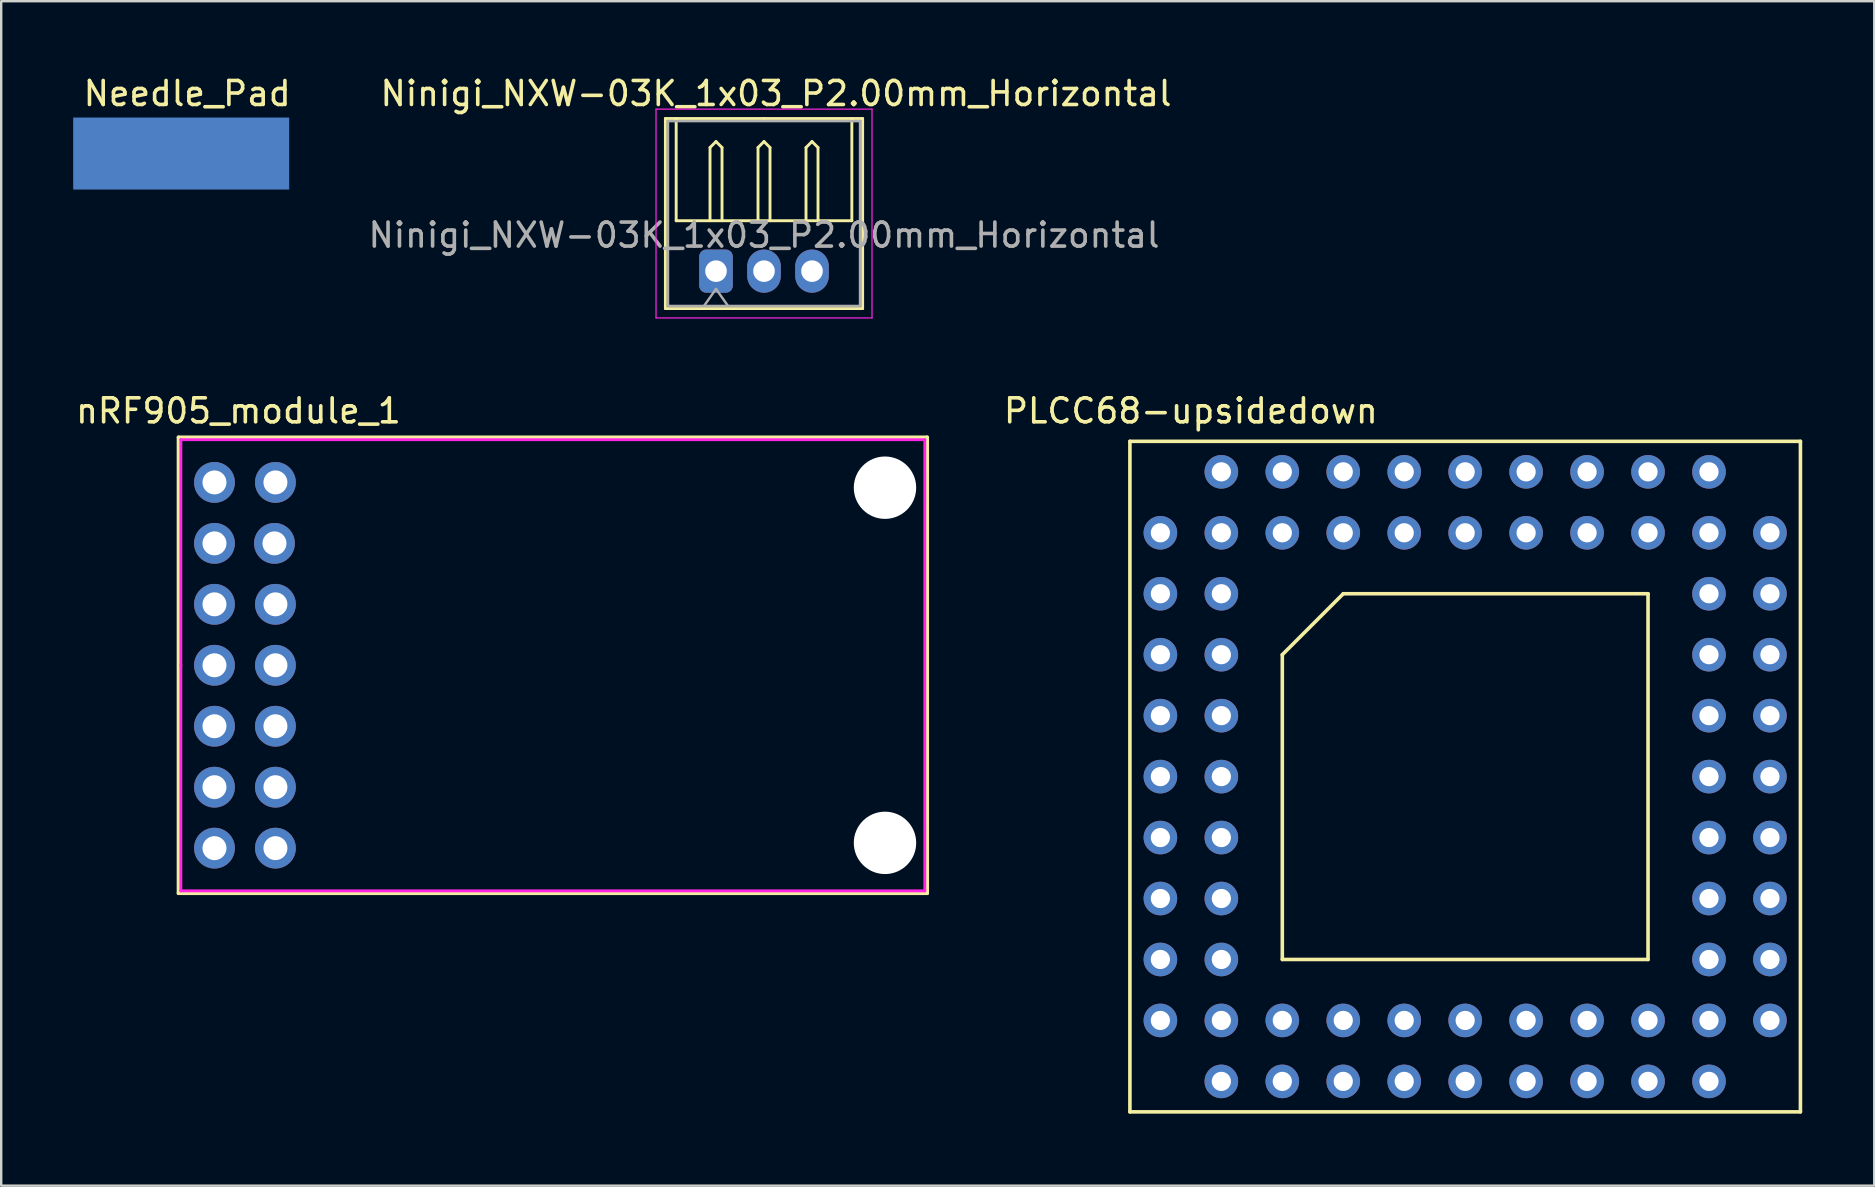
<source format=kicad_pcb>
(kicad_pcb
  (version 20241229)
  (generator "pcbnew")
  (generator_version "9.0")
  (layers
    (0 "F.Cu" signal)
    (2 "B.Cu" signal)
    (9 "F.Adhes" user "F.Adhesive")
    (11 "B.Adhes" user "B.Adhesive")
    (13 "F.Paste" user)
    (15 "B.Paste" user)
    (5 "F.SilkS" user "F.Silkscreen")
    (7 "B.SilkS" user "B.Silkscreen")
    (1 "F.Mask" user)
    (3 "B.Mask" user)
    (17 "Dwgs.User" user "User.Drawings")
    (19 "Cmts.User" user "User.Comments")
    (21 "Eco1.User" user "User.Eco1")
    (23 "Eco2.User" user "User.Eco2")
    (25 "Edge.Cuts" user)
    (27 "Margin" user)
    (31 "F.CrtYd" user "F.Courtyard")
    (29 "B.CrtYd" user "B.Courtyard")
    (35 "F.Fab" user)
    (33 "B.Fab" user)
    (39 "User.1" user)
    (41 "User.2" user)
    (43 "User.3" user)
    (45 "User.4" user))
  (footprint "PLCC68-upsidedown"
    (layer "F.Cu")
    (at 58.003 29.311)
    (property "Reference" "PLCC68-upsidedown" (at -11.43 -15.24 0) (layer "F.SilkS") (effects (font (size 1 1) (thickness 0.15))))
    (attr through_hole)
    (fp_line (start -13.97 -13.97) (end -13.97 13.97) (stroke (width 0.15) (type solid)) (layer "F.SilkS"))
    (fp_line (start -13.97 13.97) (end 13.97 13.97) (stroke (width 0.15) (type solid)) (layer "F.SilkS"))
    (fp_line (start -7.62 -5.08) (end -7.62 7.62) (stroke (width 0.15) (type solid)) (layer "F.SilkS"))
    (fp_line (start -7.62 7.62) (end 7.62 7.62) (stroke (width 0.15) (type solid)) (layer "F.SilkS"))
    (fp_line (start -5.08 -7.62) (end -7.62 -5.08) (stroke (width 0.15) (type solid)) (layer "F.SilkS"))
    (fp_line (start 7.62 -7.62) (end -5.08 -7.62) (stroke (width 0.15) (type solid)) (layer "F.SilkS"))
    (fp_line (start 7.62 7.62) (end 7.62 -7.62) (stroke (width 0.15) (type solid)) (layer "F.SilkS"))
    (fp_line (start 13.97 -13.97) (end -13.97 -13.97) (stroke (width 0.15) (type solid)) (layer "F.SilkS"))
    (fp_line (start 13.97 13.97) (end 13.97 -13.97) (stroke (width 0.15) (type solid)) (layer "F.SilkS"))
    (pad "1" thru_hole circle (at 0 -12.7) (size 1.4 1.4) (drill 0.8) (layers "*.Cu" "*.Mask"))
    (pad "2" thru_hole circle (at -2.54 -10.16) (size 1.4 1.4) (drill 0.8) (layers "*.Cu" "*.Mask"))
    (pad "3" thru_hole circle (at -2.54 -12.7) (size 1.4 1.4) (drill 0.8) (layers "*.Cu" "*.Mask"))
    (pad "4" thru_hole circle (at -5.08 -10.16) (size 1.4 1.4) (drill 0.8) (layers "*.Cu" "*.Mask"))
    (pad "5" thru_hole circle (at -5.08 -12.7) (size 1.4 1.4) (drill 0.8) (layers "*.Cu" "*.Mask"))
    (pad "6" thru_hole circle (at -7.62 -10.16) (size 1.4 1.4) (drill 0.8) (layers "*.Cu" "*.Mask"))
    (pad "7" thru_hole circle (at -7.62 -12.7) (size 1.4 1.4) (drill 0.8) (layers "*.Cu" "*.Mask"))
    (pad "8" thru_hole circle (at -10.16 -10.16) (size 1.4 1.4) (drill 0.8) (layers "*.Cu" "*.Mask"))
    (pad "9" thru_hole circle (at -10.16 -12.7) (size 1.4 1.4) (drill 0.8) (layers "*.Cu" "*.Mask"))
    (pad "10" thru_hole circle (at -12.7 -10.16) (size 1.4 1.4) (drill 0.8) (layers "*.Cu" "*.Mask"))
    (pad "11" thru_hole circle (at -10.16 -7.62) (size 1.4 1.4) (drill 0.8) (layers "*.Cu" "*.Mask"))
    (pad "12" thru_hole circle (at -12.7 -7.62) (size 1.4 1.4) (drill 0.8) (layers "*.Cu" "*.Mask"))
    (pad "13" thru_hole circle (at -10.16 -5.08) (size 1.4 1.4) (drill 0.8) (layers "*.Cu" "*.Mask"))
    (pad "14" thru_hole circle (at -12.7 -5.08) (size 1.4 1.4) (drill 0.8) (layers "*.Cu" "*.Mask"))
    (pad "15" thru_hole circle (at -10.16 -2.54) (size 1.4 1.4) (drill 0.8) (layers "*.Cu" "*.Mask"))
    (pad "16" thru_hole circle (at -12.7 -2.54) (size 1.4 1.4) (drill 0.8) (layers "*.Cu" "*.Mask"))
    (pad "17" thru_hole circle (at -10.16 0) (size 1.4 1.4) (drill 0.8) (layers "*.Cu" "*.Mask"))
    (pad "18" thru_hole circle (at -12.7 0) (size 1.4 1.4) (drill 0.8) (layers "*.Cu" "*.Mask"))
    (pad "19" thru_hole circle (at -10.16 2.54) (size 1.4 1.4) (drill 0.8) (layers "*.Cu" "*.Mask"))
    (pad "20" thru_hole circle (at -12.7 2.54) (size 1.4 1.4) (drill 0.8) (layers "*.Cu" "*.Mask"))
    (pad "21" thru_hole circle (at -10.16 5.08) (size 1.4 1.4) (drill 0.8) (layers "*.Cu" "*.Mask"))
    (pad "22" thru_hole circle (at -12.7 5.08) (size 1.4 1.4) (drill 0.8) (layers "*.Cu" "*.Mask"))
    (pad "23" thru_hole circle (at -10.16 7.62) (size 1.4 1.4) (drill 0.8) (layers "*.Cu" "*.Mask"))
    (pad "24" thru_hole circle (at -12.7 7.62) (size 1.4 1.4) (drill 0.8) (layers "*.Cu" "*.Mask"))
    (pad "25" thru_hole circle (at -10.16 10.16) (size 1.4 1.4) (drill 0.8) (layers "*.Cu" "*.Mask"))
    (pad "26" thru_hole circle (at -12.7 10.16) (size 1.4 1.4) (drill 0.8) (layers "*.Cu" "*.Mask"))
    (pad "27" thru_hole circle (at -10.16 12.7) (size 1.4 1.4) (drill 0.8) (layers "*.Cu" "*.Mask"))
    (pad "28" thru_hole circle (at -7.62 10.16) (size 1.4 1.4) (drill 0.8) (layers "*.Cu" "*.Mask"))
    (pad "29" thru_hole circle (at -7.62 12.7) (size 1.4 1.4) (drill 0.8) (layers "*.Cu" "*.Mask"))
    (pad "30" thru_hole circle (at -5.08 10.16) (size 1.4 1.4) (drill 0.8) (layers "*.Cu" "*.Mask"))
    (pad "31" thru_hole circle (at -5.08 12.7) (size 1.4 1.4) (drill 0.8) (layers "*.Cu" "*.Mask"))
    (pad "32" thru_hole circle (at -2.54 10.16) (size 1.4 1.4) (drill 0.8) (layers "*.Cu" "*.Mask"))
    (pad "33" thru_hole circle (at -2.54 12.7) (size 1.4 1.4) (drill 0.8) (layers "*.Cu" "*.Mask"))
    (pad "34" thru_hole circle (at 0 10.16) (size 1.4 1.4) (drill 0.8) (layers "*.Cu" "*.Mask"))
    (pad "35" thru_hole circle (at 0 12.7) (size 1.4 1.4) (drill 0.8) (layers "*.Cu" "*.Mask"))
    (pad "36" thru_hole circle (at 2.54 10.16) (size 1.4 1.4) (drill 0.8) (layers "*.Cu" "*.Mask"))
    (pad "37" thru_hole circle (at 2.54 12.7) (size 1.4 1.4) (drill 0.8) (layers "*.Cu" "*.Mask"))
    (pad "38" thru_hole circle (at 5.08 10.16) (size 1.4 1.4) (drill 0.8) (layers "*.Cu" "*.Mask"))
    (pad "39" thru_hole circle (at 5.08 12.7) (size 1.4 1.4) (drill 0.8) (layers "*.Cu" "*.Mask"))
    (pad "40" thru_hole circle (at 7.62 10.16) (size 1.4 1.4) (drill 0.8) (layers "*.Cu" "*.Mask"))
    (pad "41" thru_hole circle (at 7.62 12.7) (size 1.4 1.4) (drill 0.8) (layers "*.Cu" "*.Mask"))
    (pad "42" thru_hole circle (at 10.16 10.16) (size 1.4 1.4) (drill 0.8) (layers "*.Cu" "*.Mask"))
    (pad "43" thru_hole circle (at 10.16 12.7) (size 1.4 1.4) (drill 0.8) (layers "*.Cu" "*.Mask"))
    (pad "44" thru_hole circle (at 12.7 10.16) (size 1.4 1.4) (drill 0.8) (layers "*.Cu" "*.Mask"))
    (pad "45" thru_hole circle (at 10.16 7.62) (size 1.4 1.4) (drill 0.8) (layers "*.Cu" "*.Mask"))
    (pad "46" thru_hole circle (at 12.7 7.62) (size 1.4 1.4) (drill 0.8) (layers "*.Cu" "*.Mask"))
    (pad "47" thru_hole circle (at 10.16 5.08) (size 1.4 1.4) (drill 0.8) (layers "*.Cu" "*.Mask"))
    (pad "48" thru_hole circle (at 12.7 5.08) (size 1.4 1.4) (drill 0.8) (layers "*.Cu" "*.Mask"))
    (pad "49" thru_hole circle (at 10.16 2.54) (size 1.4 1.4) (drill 0.8) (layers "*.Cu" "*.Mask"))
    (pad "50" thru_hole circle (at 12.7 2.54) (size 1.4 1.4) (drill 0.8) (layers "*.Cu" "*.Mask"))
    (pad "51" thru_hole circle (at 10.16 0) (size 1.4 1.4) (drill 0.8) (layers "*.Cu" "*.Mask"))
    (pad "52" thru_hole circle (at 12.7 0) (size 1.4 1.4) (drill 0.8) (layers "*.Cu" "*.Mask"))
    (pad "53" thru_hole circle (at 10.16 -2.54) (size 1.4 1.4) (drill 0.8) (layers "*.Cu" "*.Mask"))
    (pad "54" thru_hole circle (at 12.7 -2.54) (size 1.4 1.4) (drill 0.8) (layers "*.Cu" "*.Mask"))
    (pad "55" thru_hole circle (at 10.16 -5.08) (size 1.4 1.4) (drill 0.8) (layers "*.Cu" "*.Mask"))
    (pad "56" thru_hole circle (at 12.7 -5.08) (size 1.4 1.4) (drill 0.8) (layers "*.Cu" "*.Mask"))
    (pad "57" thru_hole circle (at 10.16 -7.62) (size 1.4 1.4) (drill 0.8) (layers "*.Cu" "*.Mask"))
    (pad "58" thru_hole circle (at 12.7 -7.62) (size 1.4 1.4) (drill 0.8) (layers "*.Cu" "*.Mask"))
    (pad "59" thru_hole circle (at 10.16 -10.16) (size 1.4 1.4) (drill 0.8) (layers "*.Cu" "*.Mask"))
    (pad "60" thru_hole circle (at 12.7 -10.16) (size 1.4 1.4) (drill 0.8) (layers "*.Cu" "*.Mask"))
    (pad "61" thru_hole circle (at 10.16 -12.7) (size 1.4 1.4) (drill 0.8) (layers "*.Cu" "*.Mask"))
    (pad "62" thru_hole circle (at 7.62 -10.16) (size 1.4 1.4) (drill 0.8) (layers "*.Cu" "*.Mask"))
    (pad "63" thru_hole circle (at 7.62 -12.7) (size 1.4 1.4) (drill 0.8) (layers "*.Cu" "*.Mask"))
    (pad "64" thru_hole circle (at 5.08 -10.16) (size 1.4 1.4) (drill 0.8) (layers "*.Cu" "*.Mask"))
    (pad "65" thru_hole circle (at 5.08 -12.7) (size 1.4 1.4) (drill 0.8) (layers "*.Cu" "*.Mask"))
    (pad "66" thru_hole circle (at 2.54 -10.16) (size 1.4 1.4) (drill 0.8) (layers "*.Cu" "*.Mask"))
    (pad "67" thru_hole circle (at 2.54 -12.7) (size 1.4 1.4) (drill 0.8) (layers "*.Cu" "*.Mask"))
    (pad "68" thru_hole circle (at 0 -10.16) (size 1.4 1.4) (drill 0.8) (layers "*.Cu" "*.Mask")))
  (footprint "nRF905_module_1"
    (layer "F.Cu")
    (at 5.887 17.052)
    (property "Reference" "nRF905_module_1" (at 1 -2.98 0) (layer "F.SilkS") (effects (font (size 1 1) (thickness 0.15))))
    (attr through_hole)
    (fp_line (start -1.5 -1.88) (end 29.7 -1.88) (stroke (width 0.15) (type solid)) (layer "F.SilkS"))
    (fp_line (start -1.5 17.12) (end -1.5 -1.88) (stroke (width 0.15) (type solid)) (layer "F.SilkS"))
    (fp_line (start 29.7 -1.88) (end 29.7 17.12) (stroke (width 0.15) (type solid)) (layer "F.SilkS"))
    (fp_line (start 29.7 17.12) (end -1.5 17.12) (stroke (width 0.15) (type solid)) (layer "F.SilkS"))
    (fp_line (start -1.4 -1.78) (end 29.6 -1.78) (stroke (width 0.12) (type solid)) (layer "F.CrtYd"))
    (fp_line (start -1.4 7.62) (end -1.4 -1.78) (stroke (width 0.12) (type solid)) (layer "F.CrtYd"))
    (fp_line (start -1.4 17.02) (end -1.4 7.62) (stroke (width 0.12) (type solid)) (layer "F.CrtYd"))
    (fp_line (start 29.6 -1.78) (end 29.6 17.02) (stroke (width 0.12) (type solid)) (layer "F.CrtYd"))
    (fp_line (start 29.6 17.02) (end -1.4 17.02) (stroke (width 0.12) (type solid)) (layer "F.CrtYd"))
    (pad "" np_thru_hole circle (at 27.94 0.22) (size 2.6 2.6) (drill 2.6) (layers "*.Cu" "*.Mask"))
    (pad "" np_thru_hole circle (at 27.94 15.02) (size 2.6 2.6) (drill 2.6) (layers "*.Cu" "*.Mask"))
    (pad "1" thru_hole circle (at 0 0) (size 1.7 1.7) (drill 1) (layers "*.Cu" "*.Mask"))
    (pad "2" thru_hole circle (at 2.54 0) (size 1.7 1.7) (drill 1) (layers "*.Cu" "*.Mask"))
    (pad "3" thru_hole circle (at 0 2.54) (size 1.7 1.7) (drill 1) (layers "*.Cu" "*.Mask"))
    (pad "4" thru_hole circle (at 2.5 2.54) (size 1.7 1.7) (drill 1) (layers "*.Cu" "*.Mask"))
    (pad "5" thru_hole circle (at 0 5.08) (size 1.7 1.7) (drill 1) (layers "*.Cu" "*.Mask"))
    (pad "6" thru_hole circle (at 2.54 5.08) (size 1.7 1.7) (drill 1) (layers "*.Cu" "*.Mask"))
    (pad "7" thru_hole circle (at 0 7.62) (size 1.7 1.7) (drill 1) (layers "*.Cu" "*.Mask"))
    (pad "8" thru_hole circle (at 2.54 7.62) (size 1.7 1.7) (drill 1) (layers "*.Cu" "*.Mask"))
    (pad "9" thru_hole circle (at 0 10.16) (size 1.7 1.7) (drill 1) (layers "*.Cu" "*.Mask"))
    (pad "10" thru_hole circle (at 2.54 10.16) (size 1.7 1.7) (drill 1) (layers "*.Cu" "*.Mask"))
    (pad "11" thru_hole circle (at 0 12.7) (size 1.7 1.7) (drill 1) (layers "*.Cu" "*.Mask"))
    (pad "12" thru_hole circle (at 2.54 12.7) (size 1.7 1.7) (drill 1) (layers "*.Cu" "*.Mask"))
    (pad "13" thru_hole circle (at 0 15.24) (size 1.7 1.7) (drill 1) (layers "*.Cu" "*.Mask"))
    (pad "14" thru_hole circle (at 2.54 15.24) (size 1.7 1.7) (drill 1) (layers "*.Cu" "*.Mask")))
  (footprint "Ninigi_NXW-03K_1x03_P2.00mm_Horizontal"
    (layer "F.Cu")
    (at 26.786 8.248)
    (property "Reference" "Ninigi_NXW-03K_1x03_P2.00mm_Horizontal" (at 2.5 -7.4 0) (layer "F.SilkS") (effects (font (size 1 1) (thickness 0.15))))
    (attr through_hole)
    (fp_line (start -2.11 -6.36) (end 2 -6.36) (stroke (width 0.12) (type solid)) (layer "F.SilkS"))
    (fp_line (start -2.11 1.56) (end -2.11 -6.36) (stroke (width 0.12) (type solid)) (layer "F.SilkS"))
    (fp_line (start -2.11 1.56) (end 6.11 1.56) (stroke (width 0.12) (type default)) (layer "F.SilkS"))
    (fp_line (start -1.66 -6.36) (end -1.66 -2.1) (stroke (width 0.12) (type solid)) (layer "F.SilkS"))
    (fp_line (start -1.66 -2.1) (end 5.66 -2.1) (stroke (width 0.12) (type solid)) (layer "F.SilkS"))
    (fp_line (start -0.25 -5.15) (end 0 -5.4) (stroke (width 0.12) (type solid)) (layer "F.SilkS"))
    (fp_line (start -0.25 -2.1) (end -0.25 -5.15) (stroke (width 0.12) (type solid)) (layer "F.SilkS"))
    (fp_line (start 0 -5.4) (end 0.25 -5.15) (stroke (width 0.12) (type solid)) (layer "F.SilkS"))
    (fp_line (start 0.25 -5.15) (end 0.25 -2.1) (stroke (width 0.12) (type solid)) (layer "F.SilkS"))
    (fp_line (start 1.75 -5.15) (end 2 -5.4) (stroke (width 0.12) (type solid)) (layer "F.SilkS"))
    (fp_line (start 1.75 -2.1) (end 1.75 -5.15) (stroke (width 0.12) (type solid)) (layer "F.SilkS"))
    (fp_line (start 2 -5.4) (end 2.25 -5.15) (stroke (width 0.12) (type solid)) (layer "F.SilkS"))
    (fp_line (start 2.25 -5.15) (end 2.25 -2.1) (stroke (width 0.12) (type solid)) (layer "F.SilkS"))
    (fp_line (start 3.75 -5.15) (end 4 -5.4) (stroke (width 0.12) (type solid)) (layer "F.SilkS"))
    (fp_line (start 3.75 -2.1) (end 3.75 -5.15) (stroke (width 0.12) (type solid)) (layer "F.SilkS"))
    (fp_line (start 4 -5.4) (end 4.25 -5.15) (stroke (width 0.12) (type solid)) (layer "F.SilkS"))
    (fp_line (start 4.25 -5.15) (end 4.25 -2.1) (stroke (width 0.12) (type solid)) (layer "F.SilkS"))
    (fp_line (start 5.66 -2.1) (end 5.66 -6.36) (stroke (width 0.12) (type solid)) (layer "F.SilkS"))
    (fp_line (start 6.11 -6.36) (end 2 -6.36) (stroke (width 0.12) (type solid)) (layer "F.SilkS"))
    (fp_line (start 6.11 1.56) (end 6.11 -6.36) (stroke (width 0.12) (type solid)) (layer "F.SilkS"))
    (fp_line (start -2.5 -6.75) (end -2.5 1.95) (stroke (width 0.05) (type solid)) (layer "F.CrtYd"))
    (fp_line (start -2.5 1.95) (end 6.5 1.95) (stroke (width 0.05) (type solid)) (layer "F.CrtYd"))
    (fp_line (start 6.5 -6.75) (end -2.5 -6.75) (stroke (width 0.05) (type solid)) (layer "F.CrtYd"))
    (fp_line (start 6.5 1.95) (end 6.5 -6.75) (stroke (width 0.05) (type solid)) (layer "F.CrtYd"))
    (fp_line (start -2 -6.25) (end -2 1.45) (stroke (width 0.1) (type solid)) (layer "F.Fab"))
    (fp_line (start -2 1.45) (end 6 1.45) (stroke (width 0.1) (type solid)) (layer "F.Fab"))
    (fp_line (start -0.5 1.45) (end 0 0.743) (stroke (width 0.1) (type solid)) (layer "F.Fab"))
    (fp_line (start 0 0.743) (end 0.5 1.45) (stroke (width 0.1) (type solid)) (layer "F.Fab"))
    (fp_line (start 6 -6.25) (end -2 -6.25) (stroke (width 0.1) (type solid)) (layer "F.Fab"))
    (fp_line (start 6 1.45) (end 6 -6.25) (stroke (width 0.1) (type solid)) (layer "F.Fab"))
    (fp_text user "${REFERENCE}" (at 2 -1.5 0) (layer "F.Fab") (effects (font (size 1 1) (thickness 0.15))))
    (pad "1" thru_hole roundrect (at 0 0) (size 1.4 1.8) (drill 0.9) (layers "*.Cu" "*.Mask") (roundrect_rratio 0.208))
    (pad "2" thru_hole oval (at 2 0) (size 1.4 1.8) (drill 0.9) (layers "*.Cu" "*.Mask"))
    (pad "3" thru_hole oval (at 4 0) (size 1.4 1.8) (drill 0.9) (layers "*.Cu" "*.Mask")))
  (footprint "Needle_Pad"
    (layer "F.Cu")
    (at 4.5 3.348)
    (property "Reference" "Needle_Pad" (at 0.25 -2.5 0) (unlocked yes) (layer "F.SilkS") (effects (font (size 1 1) (thickness 0.15))))
    (attr smd)
    (pad "1" smd rect (at 0 0) (size 9 3) (layers "B.Cu" "B.Mask")))
  (gr_rect
    (start -3 -3)
    (end 75.048 46.356)
    (stroke (width 0.1) (type default))
    (fill no)
    (layer "Edge.Cuts")))
</source>
